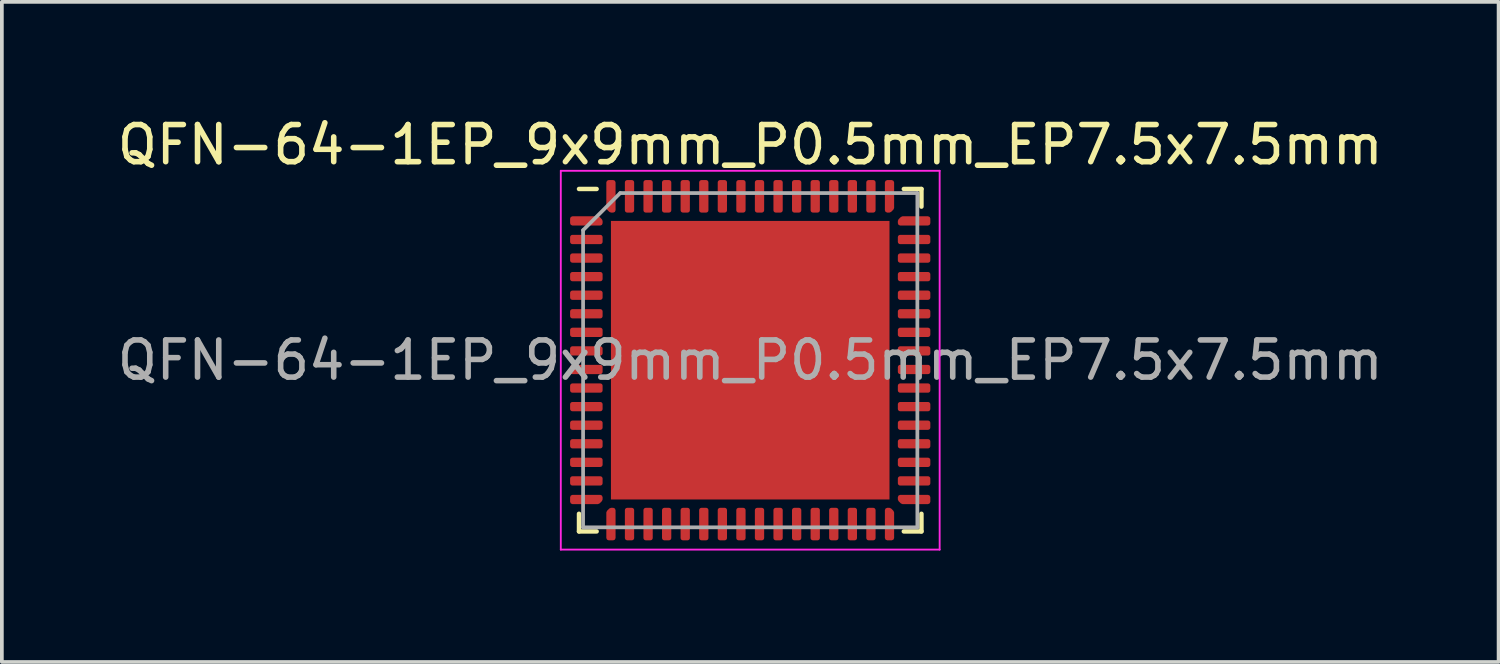
<source format=kicad_pcb>
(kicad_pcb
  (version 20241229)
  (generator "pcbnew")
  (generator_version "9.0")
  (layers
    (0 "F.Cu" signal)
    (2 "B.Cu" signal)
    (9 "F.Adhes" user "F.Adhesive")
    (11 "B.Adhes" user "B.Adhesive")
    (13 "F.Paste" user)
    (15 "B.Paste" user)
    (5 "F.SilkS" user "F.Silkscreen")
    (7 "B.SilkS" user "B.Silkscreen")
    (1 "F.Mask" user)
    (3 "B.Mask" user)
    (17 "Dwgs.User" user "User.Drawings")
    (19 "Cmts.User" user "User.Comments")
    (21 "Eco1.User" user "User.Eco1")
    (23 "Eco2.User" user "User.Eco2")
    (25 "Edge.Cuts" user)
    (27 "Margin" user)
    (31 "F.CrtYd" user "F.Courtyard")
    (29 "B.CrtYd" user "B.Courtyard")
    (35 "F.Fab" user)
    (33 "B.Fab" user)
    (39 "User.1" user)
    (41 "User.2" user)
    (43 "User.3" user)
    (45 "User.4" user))
  (footprint "QFN-64-1EP_9x9mm_P0.5mm_EP7.5x7.5mm"
    (layer "F.Cu")
    (at 17.149 6.648)
    (property "Reference" "QFN-64-1EP_9x9mm_P0.5mm_EP7.5x7.5mm" (at 0 -5.8 0) (layer "F.SilkS") (effects (font (size 1 1) (thickness 0.15))))
    (attr smd)
    (fp_line (start -4.61 4.61) (end -4.61 4.135) (stroke (width 0.12) (type solid)) (layer "F.SilkS"))
    (fp_line (start -4.135 -4.61) (end -4.61 -4.61) (stroke (width 0.12) (type solid)) (layer "F.SilkS"))
    (fp_line (start -4.135 4.61) (end -4.61 4.61) (stroke (width 0.12) (type solid)) (layer "F.SilkS"))
    (fp_line (start 4.135 -4.61) (end 4.61 -4.61) (stroke (width 0.12) (type solid)) (layer "F.SilkS"))
    (fp_line (start 4.135 4.61) (end 4.61 4.61) (stroke (width 0.12) (type solid)) (layer "F.SilkS"))
    (fp_line (start 4.61 -4.61) (end 4.61 -4.135) (stroke (width 0.12) (type solid)) (layer "F.SilkS"))
    (fp_line (start 4.61 4.61) (end 4.61 4.135) (stroke (width 0.12) (type solid)) (layer "F.SilkS"))
    (fp_line (start -5.1 -5.1) (end -5.1 5.1) (stroke (width 0.05) (type solid)) (layer "F.CrtYd"))
    (fp_line (start -5.1 5.1) (end 5.1 5.1) (stroke (width 0.05) (type solid)) (layer "F.CrtYd"))
    (fp_line (start 5.1 -5.1) (end -5.1 -5.1) (stroke (width 0.05) (type solid)) (layer "F.CrtYd"))
    (fp_line (start 5.1 5.1) (end 5.1 -5.1) (stroke (width 0.05) (type solid)) (layer "F.CrtYd"))
    (fp_line (start -4.5 -3.5) (end -3.5 -4.5) (stroke (width 0.1) (type solid)) (layer "F.Fab"))
    (fp_line (start -4.5 4.5) (end -4.5 -3.5) (stroke (width 0.1) (type solid)) (layer "F.Fab"))
    (fp_line (start -3.5 -4.5) (end 4.5 -4.5) (stroke (width 0.1) (type solid)) (layer "F.Fab"))
    (fp_line (start 4.5 -4.5) (end 4.5 4.5) (stroke (width 0.1) (type solid)) (layer "F.Fab"))
    (fp_line (start 4.5 4.5) (end -4.5 4.5) (stroke (width 0.1) (type solid)) (layer "F.Fab"))
    (fp_text user "${REFERENCE}" (at 0 0 0) (layer "F.Fab") (effects (font (size 1 1) (thickness 0.15))))
    (pad "" smd roundrect (at -3.125 -3.125) (size 1.01 1.01) (layers "F.Paste") (roundrect_rratio 0.248))
    (pad "" smd roundrect (at -3.125 -1.875) (size 1.01 1.01) (layers "F.Paste") (roundrect_rratio 0.248))
    (pad "" smd roundrect (at -3.125 -0.625) (size 1.01 1.01) (layers "F.Paste") (roundrect_rratio 0.248))
    (pad "" smd roundrect (at -3.125 0.625) (size 1.01 1.01) (layers "F.Paste") (roundrect_rratio 0.248))
    (pad "" smd roundrect (at -3.125 1.875) (size 1.01 1.01) (layers "F.Paste") (roundrect_rratio 0.248))
    (pad "" smd roundrect (at -3.125 3.125) (size 1.01 1.01) (layers "F.Paste") (roundrect_rratio 0.248))
    (pad "" smd roundrect (at -1.875 -3.125) (size 1.01 1.01) (layers "F.Paste") (roundrect_rratio 0.248))
    (pad "" smd roundrect (at -1.875 -1.875) (size 1.01 1.01) (layers "F.Paste") (roundrect_rratio 0.248))
    (pad "" smd roundrect (at -1.875 -0.625) (size 1.01 1.01) (layers "F.Paste") (roundrect_rratio 0.248))
    (pad "" smd roundrect (at -1.875 0.625) (size 1.01 1.01) (layers "F.Paste") (roundrect_rratio 0.248))
    (pad "" smd roundrect (at -1.875 1.875) (size 1.01 1.01) (layers "F.Paste") (roundrect_rratio 0.248))
    (pad "" smd roundrect (at -1.875 3.125) (size 1.01 1.01) (layers "F.Paste") (roundrect_rratio 0.248))
    (pad "" smd roundrect (at -0.625 -3.125) (size 1.01 1.01) (layers "F.Paste") (roundrect_rratio 0.248))
    (pad "" smd roundrect (at -0.625 -1.875) (size 1.01 1.01) (layers "F.Paste") (roundrect_rratio 0.248))
    (pad "" smd roundrect (at -0.625 -0.625) (size 1.01 1.01) (layers "F.Paste") (roundrect_rratio 0.248))
    (pad "" smd roundrect (at -0.625 0.625) (size 1.01 1.01) (layers "F.Paste") (roundrect_rratio 0.248))
    (pad "" smd roundrect (at -0.625 1.875) (size 1.01 1.01) (layers "F.Paste") (roundrect_rratio 0.248))
    (pad "" smd roundrect (at -0.625 3.125) (size 1.01 1.01) (layers "F.Paste") (roundrect_rratio 0.248))
    (pad "" smd roundrect (at 0.625 -3.125) (size 1.01 1.01) (layers "F.Paste") (roundrect_rratio 0.248))
    (pad "" smd roundrect (at 0.625 -1.875) (size 1.01 1.01) (layers "F.Paste") (roundrect_rratio 0.248))
    (pad "" smd roundrect (at 0.625 -0.625) (size 1.01 1.01) (layers "F.Paste") (roundrect_rratio 0.248))
    (pad "" smd roundrect (at 0.625 0.625) (size 1.01 1.01) (layers "F.Paste") (roundrect_rratio 0.248))
    (pad "" smd roundrect (at 0.625 1.875) (size 1.01 1.01) (layers "F.Paste") (roundrect_rratio 0.248))
    (pad "" smd roundrect (at 0.625 3.125) (size 1.01 1.01) (layers "F.Paste") (roundrect_rratio 0.248))
    (pad "" smd roundrect (at 1.875 -3.125) (size 1.01 1.01) (layers "F.Paste") (roundrect_rratio 0.248))
    (pad "" smd roundrect (at 1.875 -1.875) (size 1.01 1.01) (layers "F.Paste") (roundrect_rratio 0.248))
    (pad "" smd roundrect (at 1.875 -0.625) (size 1.01 1.01) (layers "F.Paste") (roundrect_rratio 0.248))
    (pad "" smd roundrect (at 1.875 0.625) (size 1.01 1.01) (layers "F.Paste") (roundrect_rratio 0.248))
    (pad "" smd roundrect (at 1.875 1.875) (size 1.01 1.01) (layers "F.Paste") (roundrect_rratio 0.248))
    (pad "" smd roundrect (at 1.875 3.125) (size 1.01 1.01) (layers "F.Paste") (roundrect_rratio 0.248))
    (pad "" smd roundrect (at 3.125 -3.125) (size 1.01 1.01) (layers "F.Paste") (roundrect_rratio 0.248))
    (pad "" smd roundrect (at 3.125 -1.875) (size 1.01 1.01) (layers "F.Paste") (roundrect_rratio 0.248))
    (pad "" smd roundrect (at 3.125 -0.625) (size 1.01 1.01) (layers "F.Paste") (roundrect_rratio 0.248))
    (pad "" smd roundrect (at 3.125 0.625) (size 1.01 1.01) (layers "F.Paste") (roundrect_rratio 0.248))
    (pad "" smd roundrect (at 3.125 1.875) (size 1.01 1.01) (layers "F.Paste") (roundrect_rratio 0.248))
    (pad "" smd roundrect (at 3.125 3.125) (size 1.01 1.01) (layers "F.Paste") (roundrect_rratio 0.248))
    (pad "1" smd custom (at -4.412 -3.75) (size 0.179 0.179) (layers "F.Cu" "F.Mask" "F.Paste") (options (anchor circle)) (primitives (gr_poly (pts (xy 0.375 0.001) (xy 0.375 0.062) (xy -0.375 0.062) (xy -0.375 -0.062) (xy 0.312 -0.062)) (width 0.125) (fill yes))))
    (pad "2" smd roundrect (at -4.412 -3.25) (size 0.875 0.25) (layers "F.Cu" "F.Mask" "F.Paste") (roundrect_rratio 0.25))
    (pad "3" smd roundrect (at -4.412 -2.75) (size 0.875 0.25) (layers "F.Cu" "F.Mask" "F.Paste") (roundrect_rratio 0.25))
    (pad "4" smd roundrect (at -4.412 -2.25) (size 0.875 0.25) (layers "F.Cu" "F.Mask" "F.Paste") (roundrect_rratio 0.25))
    (pad "5" smd roundrect (at -4.412 -1.75) (size 0.875 0.25) (layers "F.Cu" "F.Mask" "F.Paste") (roundrect_rratio 0.25))
    (pad "6" smd roundrect (at -4.412 -1.25) (size 0.875 0.25) (layers "F.Cu" "F.Mask" "F.Paste") (roundrect_rratio 0.25))
    (pad "7" smd roundrect (at -4.412 -0.75) (size 0.875 0.25) (layers "F.Cu" "F.Mask" "F.Paste") (roundrect_rratio 0.25))
    (pad "8" smd roundrect (at -4.412 -0.25) (size 0.875 0.25) (layers "F.Cu" "F.Mask" "F.Paste") (roundrect_rratio 0.25))
    (pad "9" smd roundrect (at -4.412 0.25) (size 0.875 0.25) (layers "F.Cu" "F.Mask" "F.Paste") (roundrect_rratio 0.25))
    (pad "10" smd roundrect (at -4.412 0.75) (size 0.875 0.25) (layers "F.Cu" "F.Mask" "F.Paste") (roundrect_rratio 0.25))
    (pad "11" smd roundrect (at -4.412 1.25) (size 0.875 0.25) (layers "F.Cu" "F.Mask" "F.Paste") (roundrect_rratio 0.25))
    (pad "12" smd roundrect (at -4.412 1.75) (size 0.875 0.25) (layers "F.Cu" "F.Mask" "F.Paste") (roundrect_rratio 0.25))
    (pad "13" smd roundrect (at -4.412 2.25) (size 0.875 0.25) (layers "F.Cu" "F.Mask" "F.Paste") (roundrect_rratio 0.25))
    (pad "14" smd roundrect (at -4.412 2.75) (size 0.875 0.25) (layers "F.Cu" "F.Mask" "F.Paste") (roundrect_rratio 0.25))
    (pad "15" smd roundrect (at -4.412 3.25) (size 0.875 0.25) (layers "F.Cu" "F.Mask" "F.Paste") (roundrect_rratio 0.25))
    (pad "16" smd custom (at -4.412 3.75) (size 0.179 0.179) (layers "F.Cu" "F.Mask" "F.Paste") (options (anchor circle)) (primitives (gr_poly (pts (xy 0.375 -0.001) (xy 0.312 0.062) (xy -0.375 0.062) (xy -0.375 -0.062) (xy 0.375 -0.062)) (width 0.125) (fill yes))))
    (pad "17" smd custom (at -3.75 4.412) (size 0.179 0.179) (layers "F.Cu" "F.Mask" "F.Paste") (options (anchor circle)) (primitives (gr_poly (pts (xy 0.062 0.375) (xy -0.062 0.375) (xy -0.062 -0.312) (xy 0.001 -0.375) (xy 0.062 -0.375)) (width 0.125) (fill yes))))
    (pad "18" smd roundrect (at -3.25 4.412) (size 0.25 0.875) (layers "F.Cu" "F.Mask" "F.Paste") (roundrect_rratio 0.25))
    (pad "19" smd roundrect (at -2.75 4.412) (size 0.25 0.875) (layers "F.Cu" "F.Mask" "F.Paste") (roundrect_rratio 0.25))
    (pad "20" smd roundrect (at -2.25 4.412) (size 0.25 0.875) (layers "F.Cu" "F.Mask" "F.Paste") (roundrect_rratio 0.25))
    (pad "21" smd roundrect (at -1.75 4.412) (size 0.25 0.875) (layers "F.Cu" "F.Mask" "F.Paste") (roundrect_rratio 0.25))
    (pad "22" smd roundrect (at -1.25 4.412) (size 0.25 0.875) (layers "F.Cu" "F.Mask" "F.Paste") (roundrect_rratio 0.25))
    (pad "23" smd roundrect (at -0.75 4.412) (size 0.25 0.875) (layers "F.Cu" "F.Mask" "F.Paste") (roundrect_rratio 0.25))
    (pad "24" smd roundrect (at -0.25 4.412) (size 0.25 0.875) (layers "F.Cu" "F.Mask" "F.Paste") (roundrect_rratio 0.25))
    (pad "25" smd roundrect (at 0.25 4.412) (size 0.25 0.875) (layers "F.Cu" "F.Mask" "F.Paste") (roundrect_rratio 0.25))
    (pad "26" smd roundrect (at 0.75 4.412) (size 0.25 0.875) (layers "F.Cu" "F.Mask" "F.Paste") (roundrect_rratio 0.25))
    (pad "27" smd roundrect (at 1.25 4.412) (size 0.25 0.875) (layers "F.Cu" "F.Mask" "F.Paste") (roundrect_rratio 0.25))
    (pad "28" smd roundrect (at 1.75 4.412) (size 0.25 0.875) (layers "F.Cu" "F.Mask" "F.Paste") (roundrect_rratio 0.25))
    (pad "29" smd roundrect (at 2.25 4.412) (size 0.25 0.875) (layers "F.Cu" "F.Mask" "F.Paste") (roundrect_rratio 0.25))
    (pad "30" smd roundrect (at 2.75 4.412) (size 0.25 0.875) (layers "F.Cu" "F.Mask" "F.Paste") (roundrect_rratio 0.25))
    (pad "31" smd roundrect (at 3.25 4.412) (size 0.25 0.875) (layers "F.Cu" "F.Mask" "F.Paste") (roundrect_rratio 0.25))
    (pad "32" smd custom (at 3.75 4.412) (size 0.179 0.179) (layers "F.Cu" "F.Mask" "F.Paste") (options (anchor circle)) (primitives (gr_poly (pts (xy 0.062 -0.312) (xy 0.062 0.375) (xy -0.062 0.375) (xy -0.062 -0.375) (xy -0.001 -0.375)) (width 0.125) (fill yes))))
    (pad "33" smd custom (at 4.412 3.75) (size 0.179 0.179) (layers "F.Cu" "F.Mask" "F.Paste") (options (anchor circle)) (primitives (gr_poly (pts (xy 0.375 0.062) (xy -0.312 0.062) (xy -0.375 -0.001) (xy -0.375 -0.062) (xy 0.375 -0.062)) (width 0.125) (fill yes))))
    (pad "34" smd roundrect (at 4.412 3.25) (size 0.875 0.25) (layers "F.Cu" "F.Mask" "F.Paste") (roundrect_rratio 0.25))
    (pad "35" smd roundrect (at 4.412 2.75) (size 0.875 0.25) (layers "F.Cu" "F.Mask" "F.Paste") (roundrect_rratio 0.25))
    (pad "36" smd roundrect (at 4.412 2.25) (size 0.875 0.25) (layers "F.Cu" "F.Mask" "F.Paste") (roundrect_rratio 0.25))
    (pad "37" smd roundrect (at 4.412 1.75) (size 0.875 0.25) (layers "F.Cu" "F.Mask" "F.Paste") (roundrect_rratio 0.25))
    (pad "38" smd roundrect (at 4.412 1.25) (size 0.875 0.25) (layers "F.Cu" "F.Mask" "F.Paste") (roundrect_rratio 0.25))
    (pad "39" smd roundrect (at 4.412 0.75) (size 0.875 0.25) (layers "F.Cu" "F.Mask" "F.Paste") (roundrect_rratio 0.25))
    (pad "40" smd roundrect (at 4.412 0.25) (size 0.875 0.25) (layers "F.Cu" "F.Mask" "F.Paste") (roundrect_rratio 0.25))
    (pad "41" smd roundrect (at 4.412 -0.25) (size 0.875 0.25) (layers "F.Cu" "F.Mask" "F.Paste") (roundrect_rratio 0.25))
    (pad "42" smd roundrect (at 4.412 -0.75) (size 0.875 0.25) (layers "F.Cu" "F.Mask" "F.Paste") (roundrect_rratio 0.25))
    (pad "43" smd roundrect (at 4.412 -1.25) (size 0.875 0.25) (layers "F.Cu" "F.Mask" "F.Paste") (roundrect_rratio 0.25))
    (pad "44" smd roundrect (at 4.412 -1.75) (size 0.875 0.25) (layers "F.Cu" "F.Mask" "F.Paste") (roundrect_rratio 0.25))
    (pad "45" smd roundrect (at 4.412 -2.25) (size 0.875 0.25) (layers "F.Cu" "F.Mask" "F.Paste") (roundrect_rratio 0.25))
    (pad "46" smd roundrect (at 4.412 -2.75) (size 0.875 0.25) (layers "F.Cu" "F.Mask" "F.Paste") (roundrect_rratio 0.25))
    (pad "47" smd roundrect (at 4.412 -3.25) (size 0.875 0.25) (layers "F.Cu" "F.Mask" "F.Paste") (roundrect_rratio 0.25))
    (pad "48" smd custom (at 4.412 -3.75) (size 0.179 0.179) (layers "F.Cu" "F.Mask" "F.Paste") (options (anchor circle)) (primitives (gr_poly (pts (xy 0.375 0.062) (xy -0.375 0.062) (xy -0.375 0.001) (xy -0.312 -0.062) (xy 0.375 -0.062)) (width 0.125) (fill yes))))
    (pad "49" smd custom (at 3.75 -4.412) (size 0.179 0.179) (layers "F.Cu" "F.Mask" "F.Paste") (options (anchor circle)) (primitives (gr_poly (pts (xy 0.062 0.312) (xy -0.001 0.375) (xy -0.062 0.375) (xy -0.062 -0.375) (xy 0.062 -0.375)) (width 0.125) (fill yes))))
    (pad "50" smd roundrect (at 3.25 -4.412) (size 0.25 0.875) (layers "F.Cu" "F.Mask" "F.Paste") (roundrect_rratio 0.25))
    (pad "51" smd roundrect (at 2.75 -4.412) (size 0.25 0.875) (layers "F.Cu" "F.Mask" "F.Paste") (roundrect_rratio 0.25))
    (pad "52" smd roundrect (at 2.25 -4.412) (size 0.25 0.875) (layers "F.Cu" "F.Mask" "F.Paste") (roundrect_rratio 0.25))
    (pad "53" smd roundrect (at 1.75 -4.412) (size 0.25 0.875) (layers "F.Cu" "F.Mask" "F.Paste") (roundrect_rratio 0.25))
    (pad "54" smd roundrect (at 1.25 -4.412) (size 0.25 0.875) (layers "F.Cu" "F.Mask" "F.Paste") (roundrect_rratio 0.25))
    (pad "55" smd roundrect (at 0.75 -4.412) (size 0.25 0.875) (layers "F.Cu" "F.Mask" "F.Paste") (roundrect_rratio 0.25))
    (pad "56" smd roundrect (at 0.25 -4.412) (size 0.25 0.875) (layers "F.Cu" "F.Mask" "F.Paste") (roundrect_rratio 0.25))
    (pad "57" smd roundrect (at -0.25 -4.412) (size 0.25 0.875) (layers "F.Cu" "F.Mask" "F.Paste") (roundrect_rratio 0.25))
    (pad "58" smd roundrect (at -0.75 -4.412) (size 0.25 0.875) (layers "F.Cu" "F.Mask" "F.Paste") (roundrect_rratio 0.25))
    (pad "59" smd roundrect (at -1.25 -4.412) (size 0.25 0.875) (layers "F.Cu" "F.Mask" "F.Paste") (roundrect_rratio 0.25))
    (pad "60" smd roundrect (at -1.75 -4.412) (size 0.25 0.875) (layers "F.Cu" "F.Mask" "F.Paste") (roundrect_rratio 0.25))
    (pad "61" smd roundrect (at -2.25 -4.412) (size 0.25 0.875) (layers "F.Cu" "F.Mask" "F.Paste") (roundrect_rratio 0.25))
    (pad "62" smd roundrect (at -2.75 -4.412) (size 0.25 0.875) (layers "F.Cu" "F.Mask" "F.Paste") (roundrect_rratio 0.25))
    (pad "63" smd roundrect (at -3.25 -4.412) (size 0.25 0.875) (layers "F.Cu" "F.Mask" "F.Paste") (roundrect_rratio 0.25))
    (pad "64" smd custom (at -3.75 -4.412) (size 0.179 0.179) (layers "F.Cu" "F.Mask" "F.Paste") (options (anchor circle)) (primitives (gr_poly (pts (xy 0.062 0.375) (xy 0.001 0.375) (xy -0.062 0.312) (xy -0.062 -0.375) (xy 0.062 -0.375)) (width 0.125) (fill yes))))
    (pad "65" smd rect (at 0 0) (size 7.5 7.5) (layers "F.Cu" "F.Mask")))
  (gr_rect
    (start -3 -3)
    (end 37.298 14.773)
    (stroke (width 0.1) (type default))
    (fill no)
    (layer "Edge.Cuts")))
</source>
